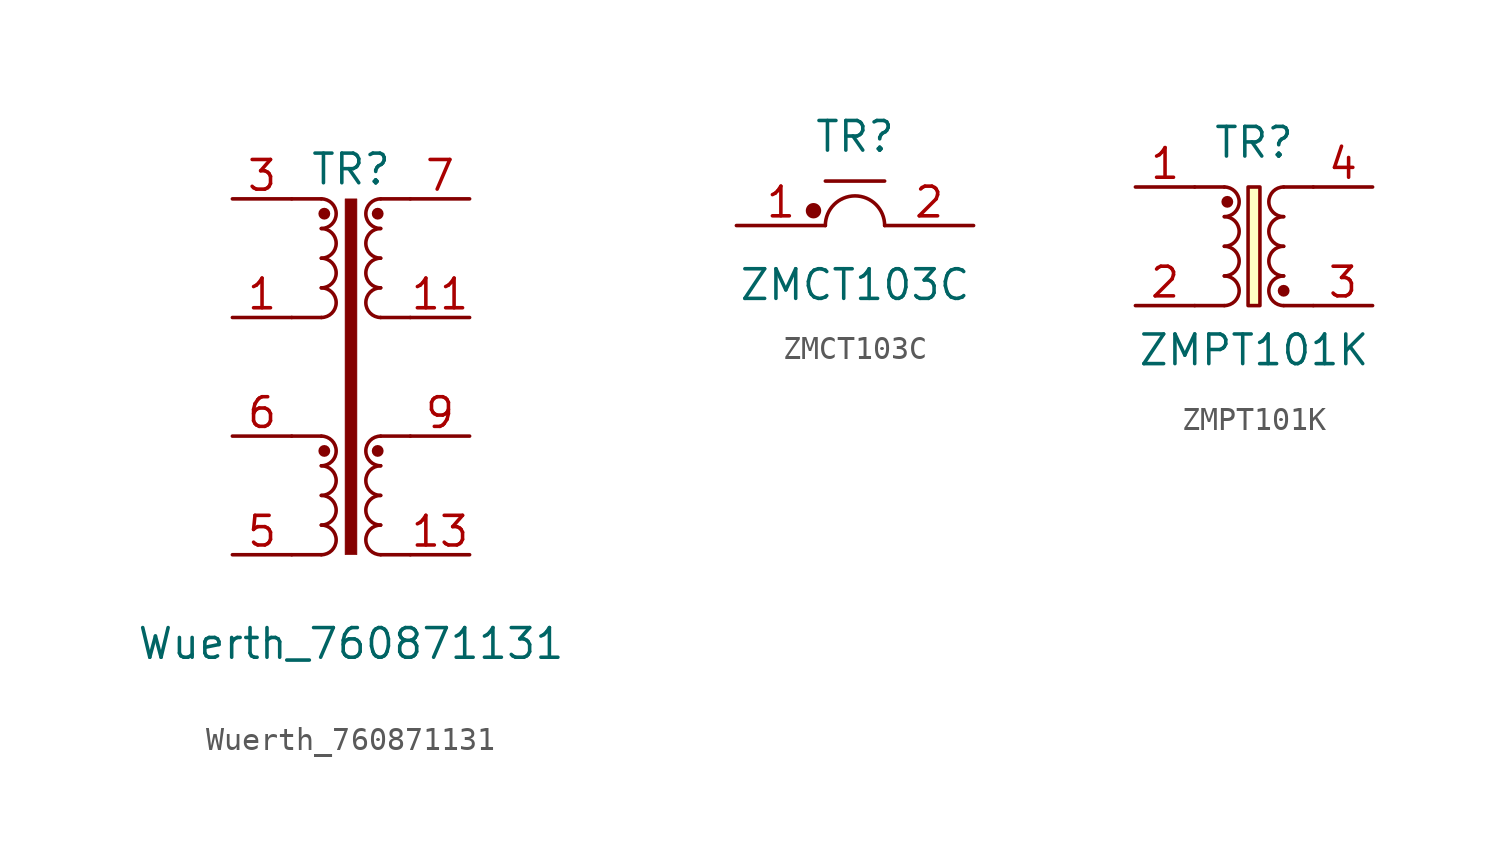
<source format=kicad_sym>
(kicad_symbol_lib
  (version 20231120)
  (generator "kicad_symbol_editor")
  (generator_version "8.0")
  (symbol "Wuerth_760871131"
    (property "Reference" "TR"
      (at 0 8.89 0)
      (effects (font (size 1.27 1.27))))
    (property "Value" "Wuerth_760871131"
      (at 0 -11.43 0)
      (effects (font (size 1.27 1.27))))
    (symbol "Wuerth_760871131_0_1"
      (arc (start -1.27 -7.62) (mid -0.6377 -6.985) (end -1.27 -6.35) (stroke (width 0) (type default)) (fill (type none)))
      (arc (start -1.27 -6.35) (mid -0.6377 -5.715) (end -1.27 -5.08) (stroke (width 0) (type default)) (fill (type none)))
      (arc (start -1.27 2.54) (mid -0.6377 3.175) (end -1.27 3.81) (stroke (width 0) (type default)) (fill (type none)))
      (arc (start -1.27 3.81) (mid -0.6377 4.445) (end -1.27 5.08) (stroke (width 0) (type default)) (fill (type none)))
      (rectangle (start -0.254 7.62) (end 0.254 -7.62) (stroke (width 0.025) (type default)) (fill (type outline)))
      (polyline (pts (xy -2.54 -7.62) (xy -1.27 -7.62)) (stroke (width 0) (type default)) (fill (type none)))
      (polyline (pts (xy -2.54 -2.54) (xy -1.27 -2.54)) (stroke (width 0) (type default)) (fill (type none)))
      (polyline (pts (xy -2.54 2.54) (xy -1.27 2.54)) (stroke (width 0) (type default)) (fill (type none)))
      (polyline (pts (xy -2.54 7.62) (xy -1.27 7.62)) (stroke (width 0) (type default)) (fill (type none)))
      (polyline (pts (xy 1.27 -7.62) (xy 2.54 -7.62)) (stroke (width 0) (type default)) (fill (type none)))
      (polyline (pts (xy 1.27 -2.54) (xy 2.54 -2.54)) (stroke (width 0) (type default)) (fill (type none)))
      (polyline (pts (xy 1.27 2.54) (xy 2.54 2.54)) (stroke (width 0) (type default)) (fill (type none)))
      (polyline (pts (xy 1.27 7.62) (xy 2.54 7.62)) (stroke (width 0) (type default)) (fill (type none))))
    (symbol "Wuerth_760871131_1_1"
      (arc (start -1.27 -5.08) (mid -0.6377 -4.445) (end -1.27 -3.81) (stroke (width 0) (type default)) (fill (type none)))
      (arc (start -1.27 -3.81) (mid -0.6377 -3.175) (end -1.27 -2.54) (stroke (width 0) (type default)) (fill (type none)))
      (arc (start -1.27 5.08) (mid -0.6377 5.715) (end -1.27 6.35) (stroke (width 0) (type default)) (fill (type none)))
      (arc (start -1.27 6.35) (mid -0.6377 6.985) (end -1.27 7.62) (stroke (width 0) (type default)) (fill (type none)))
      (circle (center -1.143 -3.175) (radius 0.127) (stroke (width 0.254) (type default)) (fill (type none)))
      (circle (center -1.143 6.985) (radius 0.127) (stroke (width 0.254) (type default)) (fill (type none)))
      (circle (center 1.143 -3.175) (radius 0.127) (stroke (width 0.254) (type default)) (fill (type none)))
      (circle (center 1.143 6.985) (radius 0.127) (stroke (width 0.254) (type default)) (fill (type none)))
      (arc (start 1.27 -6.35) (mid 0.6377 -6.985) (end 1.27 -7.62) (stroke (width 0) (type default)) (fill (type none)))
      (arc (start 1.27 -5.08) (mid 0.6377 -5.715) (end 1.27 -6.35) (stroke (width 0) (type default)) (fill (type none)))
      (arc (start 1.27 -3.81) (mid 0.6377 -4.445) (end 1.27 -5.08) (stroke (width 0) (type default)) (fill (type none)))
      (arc (start 1.27 -2.54) (mid 0.6377 -3.175) (end 1.27 -3.81) (stroke (width 0) (type default)) (fill (type none)))
      (arc (start 1.27 3.81) (mid 0.6377 3.175) (end 1.27 2.54) (stroke (width 0) (type default)) (fill (type none)))
      (arc (start 1.27 5.08) (mid 0.6377 4.445) (end 1.27 3.81) (stroke (width 0) (type default)) (fill (type none)))
      (arc (start 1.27 6.35) (mid 0.6377 5.715) (end 1.27 5.08) (stroke (width 0) (type default)) (fill (type none)))
      (arc (start 1.27 7.62) (mid 0.6377 6.985) (end 1.27 6.35) (stroke (width 0) (type default)) (fill (type none)))
      (pin passive line (at -5.08 2.54 0) (length 2.54) (name "~" (effects (font (size 1.27 1.27)))) (number "1" (effects (font (size 1.27 1.27)))))
      (pin passive line (at 5.08 -2.54 180) (length 2.54) hide (name "~" (effects (font (size 1.27 1.27)))) (number "10" (effects (font (size 1.27 1.27)))))
      (pin passive line (at 5.08 2.54 180) (length 2.54) (name "~" (effects (font (size 1.27 1.27)))) (number "11" (effects (font (size 1.27 1.27)))))
      (pin passive line (at 5.08 2.54 180) (length 2.54) hide (name "~" (effects (font (size 1.27 1.27)))) (number "12" (effects (font (size 1.27 1.27)))))
      (pin passive line (at 5.08 -7.62 180) (length 2.54) (name "~" (effects (font (size 1.27 1.27)))) (number "13" (effects (font (size 1.27 1.27)))))
      (pin passive line (at 5.08 -7.62 180) (length 2.54) hide (name "~" (effects (font (size 1.27 1.27)))) (number "14" (effects (font (size 1.27 1.27)))))
      (pin no_connect line (at 0 5.08 0) (length 2.54) hide (name "~" (effects (font (size 1.27 1.27)))) (number "2" (effects (font (size 1.27 1.27)))))
      (pin passive line (at -5.08 7.62 0) (length 2.54) (name "~" (effects (font (size 1.27 1.27)))) (number "3" (effects (font (size 1.27 1.27)))))
      (pin no_connect line (at 0 -5.08 0) (length 2.54) hide (name "~" (effects (font (size 1.27 1.27)))) (number "4" (effects (font (size 1.27 1.27)))))
      (pin passive line (at -5.08 -7.62 0) (length 2.54) (name "~" (effects (font (size 1.27 1.27)))) (number "5" (effects (font (size 1.27 1.27)))))
      (pin passive line (at -5.08 -2.54 0) (length 2.54) (name "~" (effects (font (size 1.27 1.27)))) (number "6" (effects (font (size 1.27 1.27)))))
      (pin passive line (at 5.08 7.62 180) (length 2.54) (name "~" (effects (font (size 1.27 1.27)))) (number "7" (effects (font (size 1.27 1.27)))))
      (pin passive line (at 5.08 7.62 180) (length 2.54) hide (name "~" (effects (font (size 1.27 1.27)))) (number "8" (effects (font (size 1.27 1.27)))))
      (pin passive line (at 5.08 -2.54 180) (length 2.54) (name "~" (effects (font (size 1.27 1.27)))) (number "9" (effects (font (size 1.27 1.27)))))))
  (symbol "ZMCT103C"
    (property "Reference" "TR"
      (at 0 3.81 0)
      (effects (font (size 1.27 1.27))))
    (property "Value" "ZMCT103C"
      (at 0 -2.54 0)
      (effects (font (size 1.27 1.27))))
    (symbol "ZMCT103C_1_1"
      (circle (center -1.778 0.635) (radius 0.254) (stroke (width 0) (type default)) (fill (type outline)))
      (polyline (pts (xy -1.27 1.905) (xy 1.27 1.905)) (stroke (width 0) (type default)) (fill (type none)))
      (arc (start 1.27 0) (mid 0 1.2645) (end -1.27 0) (stroke (width 0) (type default)) (fill (type none)))
      (pin passive line (at -5.08 0 0) (length 3.81) (name "~" (effects (font (size 1.27 1.27)))) (number "1" (effects (font (size 1.27 1.27)))))
      (pin passive line (at 5.08 0 180) (length 3.81) (name "~" (effects (font (size 1.27 1.27)))) (number "2" (effects (font (size 1.27 1.27)))))))
  (symbol "ZMPT101K"
    (property "Reference" "TR"
      (at 0 4.445 0)
      (effects (font (size 1.27 1.27))))
    (property "Value" "ZMPT101K"
      (at 0 -4.445 0)
      (effects (font (size 1.27 1.27))))
    (symbol "ZMPT101K_0_1"
      (polyline (pts (xy -1.27 -2.54) (xy -2.54 -2.54)) (stroke (width 0) (type default)) (fill (type none)))
      (polyline (pts (xy -1.27 2.54) (xy -2.54 2.54)) (stroke (width 0) (type default)) (fill (type none)))
      (polyline (pts (xy 1.27 -2.54) (xy 2.54 -2.54)) (stroke (width 0) (type default)) (fill (type none)))
      (polyline (pts (xy 1.27 2.54) (xy 2.54 2.54)) (stroke (width 0) (type default)) (fill (type none))))
    (symbol "ZMPT101K_1_1"
      (arc (start -1.27 -2.54) (mid -0.6377 -1.905) (end -1.27 -1.27) (stroke (width 0) (type default)) (fill (type none)))
      (arc (start -1.27 -1.27) (mid -0.6377 -0.635) (end -1.27 0) (stroke (width 0) (type default)) (fill (type none)))
      (arc (start -1.27 0) (mid -0.6377 0.635) (end -1.27 1.27) (stroke (width 0) (type default)) (fill (type none)))
      (arc (start -1.27 1.27) (mid -0.6377 1.905) (end -1.27 2.54) (stroke (width 0) (type default)) (fill (type none)))
      (circle (center -1.143 1.905) (radius 0.127) (stroke (width 0.254) (type default)) (fill (type none)))
      (rectangle (start -0.254 2.54) (end 0.254 -2.54) (stroke (width 0) (type default)) (fill (type background)))
      (circle (center 1.27 -1.905) (radius 0.127) (stroke (width 0.254) (type default)) (fill (type none)))
      (arc (start 1.27 -1.27) (mid 0.6377 -1.905) (end 1.27 -2.54) (stroke (width 0) (type default)) (fill (type none)))
      (arc (start 1.27 0) (mid 0.6377 -0.635) (end 1.27 -1.27) (stroke (width 0) (type default)) (fill (type none)))
      (arc (start 1.27 1.27) (mid 0.6377 0.635) (end 1.27 0) (stroke (width 0) (type default)) (fill (type none)))
      (arc (start 1.27 2.54) (mid 0.6377 1.905) (end 1.27 1.27) (stroke (width 0) (type default)) (fill (type none)))
      (pin passive line (at -5.08 2.54 0) (length 2.54) (name "~" (effects (font (size 1.27 1.27)))) (number "1" (effects (font (size 1.27 1.27)))))
      (pin passive line (at -5.08 -2.54 0) (length 2.54) (name "~" (effects (font (size 1.27 1.27)))) (number "2" (effects (font (size 1.27 1.27)))))
      (pin passive line (at 5.08 -2.54 180) (length 2.54) (name "~" (effects (font (size 1.27 1.27)))) (number "3" (effects (font (size 1.27 1.27)))))
      (pin passive line (at 5.08 2.54 180) (length 2.54) (name "~" (effects (font (size 1.27 1.27)))) (number "4" (effects (font (size 1.27 1.27))))))))
</source>
